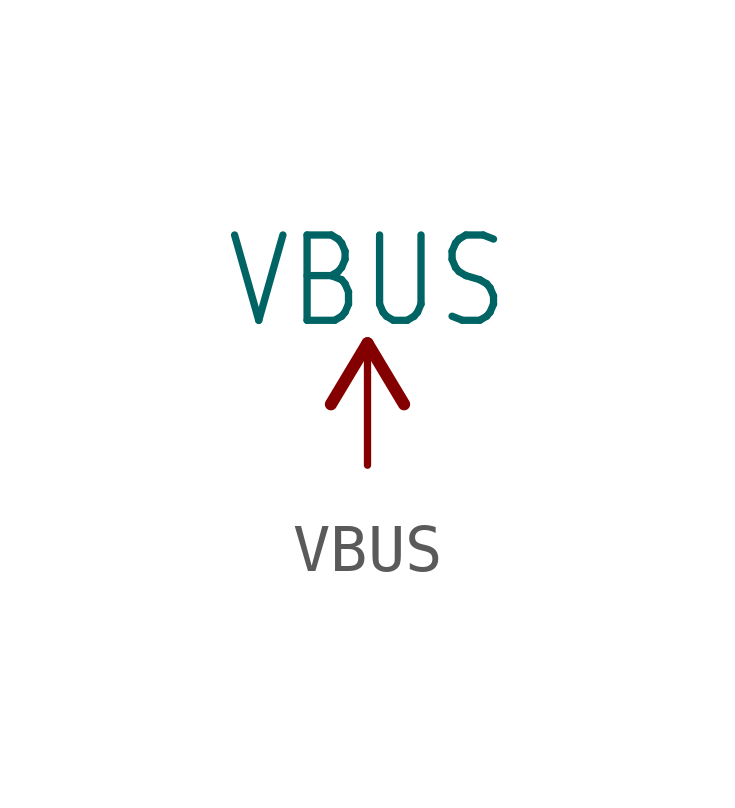
<source format=kicad_sym>
(kicad_symbol_lib
  (version 20211014)
  (generator kicad_symbol_editor)
  (symbol "VBUS"
    (power)
    (property "Reference" "#VBUS"
      (at 0 0 0)
      (effects (font (size 1.27 1.27)) hide))
    (property "Value" "VBUS"
      (at 0 0.254 0)
      (effects (font (size 1.778 1.511)) (justify bottom)))
    (property "ki_locked" ""
      (at 0 0 0)
      (effects (font (size 1.27 1.27))))
    (symbol "VBUS_1_0"
      (polyline (pts (xy 0 0) (xy -0.762 -1.27)) (stroke (width 0.254) (type default) (color 0 0 0 0)) (fill (type none)))
      (polyline (pts (xy 0.762 -1.27) (xy 0 0)) (stroke (width 0.254) (type default) (color 0 0 0 0)) (fill (type none)))
      (pin power_in line (at 0 -2.54 90) (length 2.54) (name "VBUS" (effects (font (size 0 0)))) (number "1" (effects (font (size 0 0))))))))
</source>
